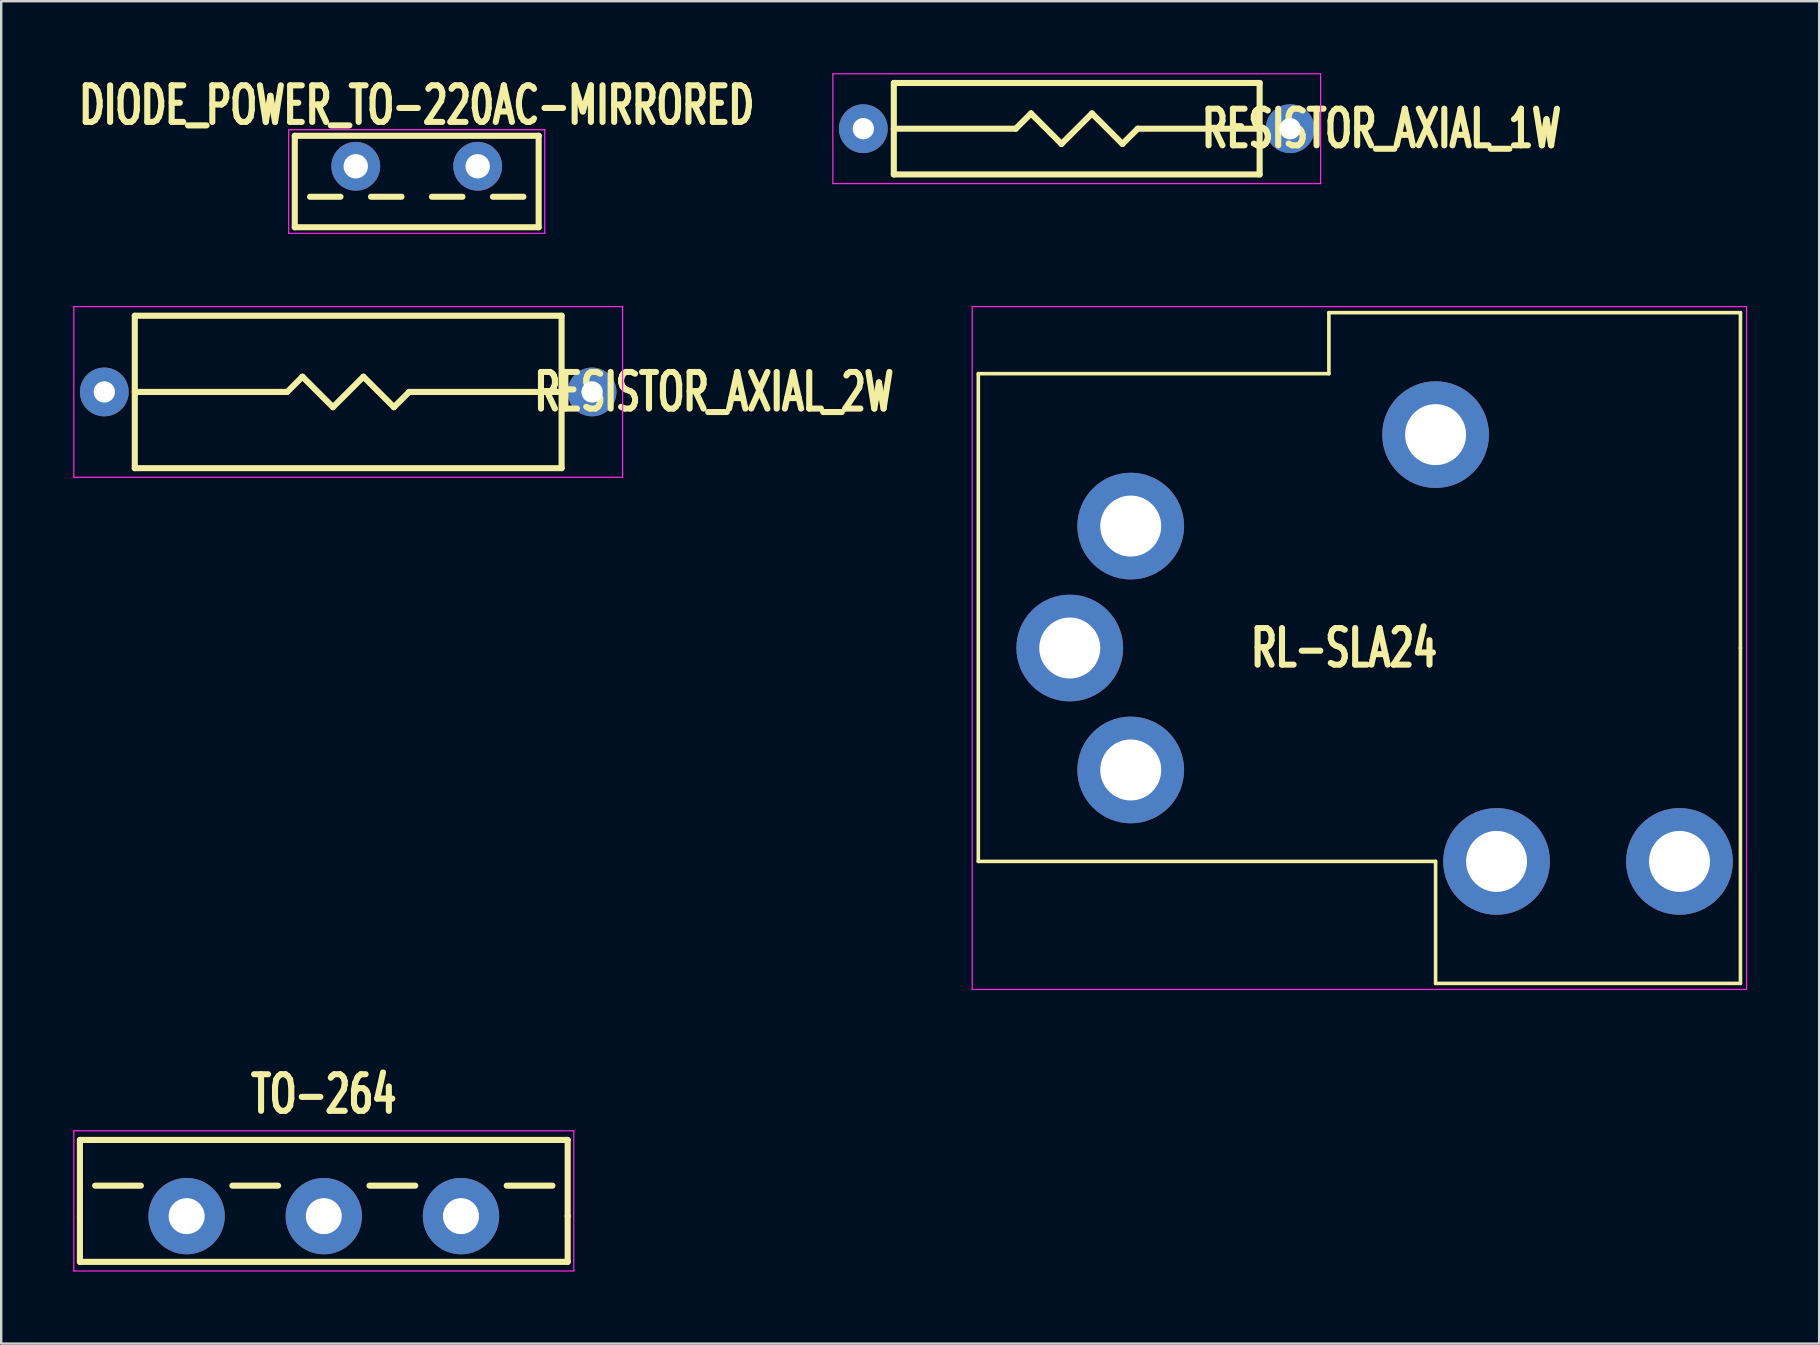
<source format=kicad_pcb>
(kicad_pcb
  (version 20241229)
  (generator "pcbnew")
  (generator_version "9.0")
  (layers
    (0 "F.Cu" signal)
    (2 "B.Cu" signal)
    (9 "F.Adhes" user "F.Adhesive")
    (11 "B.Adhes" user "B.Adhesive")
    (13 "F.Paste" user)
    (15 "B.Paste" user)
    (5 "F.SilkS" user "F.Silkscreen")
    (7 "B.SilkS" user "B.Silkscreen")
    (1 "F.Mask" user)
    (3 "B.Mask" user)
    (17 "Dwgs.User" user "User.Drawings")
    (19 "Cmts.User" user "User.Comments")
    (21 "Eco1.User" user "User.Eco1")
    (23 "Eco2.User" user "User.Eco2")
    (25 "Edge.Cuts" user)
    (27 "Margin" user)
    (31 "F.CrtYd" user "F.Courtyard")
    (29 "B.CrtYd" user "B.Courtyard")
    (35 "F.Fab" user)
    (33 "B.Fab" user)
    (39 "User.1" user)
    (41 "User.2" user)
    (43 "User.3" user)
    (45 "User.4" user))
  (footprint "TO-264"
    (layer "F.Cu")
    (at 10.439 47.613)
    (property "Reference" "TO-264" (at 0 -5.08 0) (layer "F.SilkS") (effects (font (size 1.524 1.016) (thickness 0.254))))
    (attr through_hole)
    (fp_line (start -10.16 -3.175) (end 10.16 -3.175) (stroke (width 0.254) (type solid)) (layer "F.SilkS"))
    (fp_line (start -10.16 0) (end -10.16 -3.175) (stroke (width 0.254) (type solid)) (layer "F.SilkS"))
    (fp_line (start -10.16 0) (end -10.16 1.905) (stroke (width 0.254) (type solid)) (layer "F.SilkS"))
    (fp_line (start -10.16 1.905) (end 10.16 1.905) (stroke (width 0.254) (type solid)) (layer "F.SilkS"))
    (fp_line (start -7.62 -1.27) (end -9.525 -1.27) (stroke (width 0.254) (type solid)) (layer "F.SilkS"))
    (fp_line (start -1.905 -1.27) (end -3.81 -1.27) (stroke (width 0.254) (type solid)) (layer "F.SilkS"))
    (fp_line (start 1.905 -1.27) (end 3.81 -1.27) (stroke (width 0.254) (type solid)) (layer "F.SilkS"))
    (fp_line (start 7.62 -1.27) (end 9.525 -1.27) (stroke (width 0.254) (type solid)) (layer "F.SilkS"))
    (fp_line (start 10.16 -3.175) (end 10.16 0) (stroke (width 0.254) (type solid)) (layer "F.SilkS"))
    (fp_line (start 10.16 1.905) (end 10.16 0) (stroke (width 0.254) (type solid)) (layer "F.SilkS"))
    (fp_line (start -10.414 -3.556) (end 10.414 -3.556) (stroke (width 0.051) (type solid)) (layer "F.CrtYd"))
    (fp_line (start -10.414 2.286) (end -10.414 -3.556) (stroke (width 0.051) (type solid)) (layer "F.CrtYd"))
    (fp_line (start 10.414 -3.556) (end 10.414 2.286) (stroke (width 0.051) (type solid)) (layer "F.CrtYd"))
    (fp_line (start 10.414 2.286) (end -10.414 2.286) (stroke (width 0.051) (type solid)) (layer "F.CrtYd"))
    (pad "1" thru_hole circle (at 0 0) (size 3.18 3.18) (drill 1.5) (layers "*.Cu" "*.Mask"))
    (pad "2" thru_hole circle (at -5.715 0) (size 3.18 3.18) (drill 1.5) (layers "*.Cu" "*.Mask"))
    (pad "3" thru_hole circle (at 5.715 0) (size 3.18 3.18) (drill 1.5) (layers "*.Cu" "*.Mask")))
  (footprint "DIODE_POWER_TO-220AC-MIRRORED"
    (layer "F.Cu")
    (at 14.31 3.877)
    (property "Reference" "DIODE_POWER_TO-220AC-MIRRORED" (at 0 -2.54 0) (layer "F.SilkS") (effects (font (size 1.524 1.016) (thickness 0.254))))
    (attr through_hole)
    (fp_line (start -5.08 -1.27) (end -5.08 2.54) (stroke (width 0.254) (type solid)) (layer "F.SilkS"))
    (fp_line (start -5.08 -1.27) (end 5.08 -1.27) (stroke (width 0.254) (type solid)) (layer "F.SilkS"))
    (fp_line (start -4.445 1.27) (end -3.175 1.27) (stroke (width 0.254) (type solid)) (layer "F.SilkS"))
    (fp_line (start -1.905 1.27) (end -0.635 1.27) (stroke (width 0.254) (type solid)) (layer "F.SilkS"))
    (fp_line (start 0.635 1.27) (end 1.905 1.27) (stroke (width 0.254) (type solid)) (layer "F.SilkS"))
    (fp_line (start 3.175 1.27) (end 4.445 1.27) (stroke (width 0.254) (type solid)) (layer "F.SilkS"))
    (fp_line (start 5.08 2.54) (end -5.08 2.54) (stroke (width 0.254) (type solid)) (layer "F.SilkS"))
    (fp_line (start 5.08 2.54) (end 5.08 -1.27) (stroke (width 0.254) (type solid)) (layer "F.SilkS"))
    (fp_line (start -5.334 -1.524) (end -5.334 2.794) (stroke (width 0.051) (type solid)) (layer "F.CrtYd"))
    (fp_line (start -5.334 2.794) (end 5.334 2.794) (stroke (width 0.051) (type solid)) (layer "F.CrtYd"))
    (fp_line (start 5.334 -1.524) (end -5.334 -1.524) (stroke (width 0.051) (type solid)) (layer "F.CrtYd"))
    (fp_line (start 5.334 2.794) (end 5.334 -1.524) (stroke (width 0.051) (type solid)) (layer "F.CrtYd"))
    (pad "1" thru_hole circle (at -2.54 0) (size 2.032 2.032) (drill 1.016) (layers "*.Cu" "*.Mask"))
    (pad "2" thru_hole circle (at 2.54 0) (size 2.032 2.032) (drill 1.016) (layers "*.Cu" "*.Mask")))
  (footprint "RL-SLA24"
    (layer "F.Cu")
    (at 69.455 23.946)
    (property "Reference" "RL-SLA24" (at -16.51 0 0) (layer "F.SilkS") (effects (font (size 1.524 1.016) (thickness 0.254))))
    (attr through_hole)
    (fp_line (start -31.75 8.89) (end -31.75 -11.43) (stroke (width 0.15) (type solid)) (layer "F.SilkS"))
    (fp_line (start -17.145 -11.43) (end -31.75 -11.43) (stroke (width 0.15) (type solid)) (layer "F.SilkS"))
    (fp_line (start -17.145 -11.43) (end -17.145 -13.97) (stroke (width 0.15) (type solid)) (layer "F.SilkS"))
    (fp_line (start -12.7 8.89) (end -31.75 8.89) (stroke (width 0.15) (type solid)) (layer "F.SilkS"))
    (fp_line (start -12.7 8.89) (end -12.7 13.97) (stroke (width 0.15) (type solid)) (layer "F.SilkS"))
    (fp_line (start 0 -13.97) (end -17.145 -13.97) (stroke (width 0.15) (type solid)) (layer "F.SilkS"))
    (fp_line (start 0 0) (end 0 -13.97) (stroke (width 0.15) (type solid)) (layer "F.SilkS"))
    (fp_line (start 0 0) (end 0 13.97) (stroke (width 0.15) (type solid)) (layer "F.SilkS"))
    (fp_line (start 0 13.97) (end -12.7 13.97) (stroke (width 0.15) (type solid)) (layer "F.SilkS"))
    (fp_line (start -32.004 -14.224) (end 0.254 -14.224) (stroke (width 0.051) (type solid)) (layer "F.CrtYd"))
    (fp_line (start -32.004 14.224) (end -32.004 -14.224) (stroke (width 0.051) (type solid)) (layer "F.CrtYd"))
    (fp_line (start 0.254 -14.224) (end 0.254 14.224) (stroke (width 0.051) (type solid)) (layer "F.CrtYd"))
    (fp_line (start 0.254 14.224) (end -32.004 14.224) (stroke (width 0.051) (type solid)) (layer "F.CrtYd"))
    (pad "1" thru_hole circle (at -27.94 0) (size 4.445 4.445) (drill 2.54) (layers "*.Cu" "*.Mask"))
    (pad "1" thru_hole circle (at -12.7 -8.89) (size 4.445 4.445) (drill 2.54) (layers "*.Cu" "*.Mask"))
    (pad "2" thru_hole circle (at -10.16 8.89) (size 4.445 4.445) (drill 2.54) (layers "*.Cu" "*.Mask"))
    (pad "3" thru_hole circle (at -25.4 -5.08) (size 4.445 4.445) (drill 2.54) (layers "*.Cu" "*.Mask"))
    (pad "4" thru_hole circle (at -25.4 5.08) (size 4.445 4.445) (drill 2.54) (layers "*.Cu" "*.Mask"))
    (pad "5" thru_hole circle (at -2.54 8.89) (size 4.445 4.445) (drill 2.54) (layers "*.Cu" "*.Mask")))
  (footprint "RESISTOR_AXIAL_1W"
    (layer "F.Cu")
    (at 41.805 2.311)
    (property "Reference" "RESISTOR_AXIAL_1W" (at 12.7 0 0) (layer "F.SilkS") (effects (font (size 1.524 1.016) (thickness 0.254))))
    (attr through_hole)
    (fp_line (start -7.62 -1.905) (end -7.62 1.905) (stroke (width 0.254) (type solid)) (layer "F.SilkS"))
    (fp_line (start -7.62 1.905) (end 7.62 1.905) (stroke (width 0.254) (type solid)) (layer "F.SilkS"))
    (fp_line (start -2.54 0) (end -7.62 0) (stroke (width 0.254) (type solid)) (layer "F.SilkS"))
    (fp_line (start -1.905 -0.635) (end -2.54 0) (stroke (width 0.254) (type solid)) (layer "F.SilkS"))
    (fp_line (start -0.635 0.635) (end -1.905 -0.635) (stroke (width 0.254) (type solid)) (layer "F.SilkS"))
    (fp_line (start 0.635 -0.635) (end -0.635 0.635) (stroke (width 0.254) (type solid)) (layer "F.SilkS"))
    (fp_line (start 0.635 -0.635) (end 1.905 0.635) (stroke (width 0.254) (type solid)) (layer "F.SilkS"))
    (fp_line (start 1.905 0.635) (end 2.54 0) (stroke (width 0.254) (type solid)) (layer "F.SilkS"))
    (fp_line (start 2.54 0) (end 7.62 0) (stroke (width 0.254) (type solid)) (layer "F.SilkS"))
    (fp_line (start 7.62 -1.905) (end -7.62 -1.905) (stroke (width 0.254) (type solid)) (layer "F.SilkS"))
    (fp_line (start 7.62 1.905) (end 7.62 -1.905) (stroke (width 0.254) (type solid)) (layer "F.SilkS"))
    (fp_line (start -10.16 -2.286) (end 10.16 -2.286) (stroke (width 0.051) (type solid)) (layer "F.CrtYd"))
    (fp_line (start -10.16 2.286) (end -10.16 -2.286) (stroke (width 0.051) (type solid)) (layer "F.CrtYd"))
    (fp_line (start 10.16 -2.286) (end 10.16 2.286) (stroke (width 0.051) (type solid)) (layer "F.CrtYd"))
    (fp_line (start 10.16 2.286) (end -10.16 2.286) (stroke (width 0.051) (type solid)) (layer "F.CrtYd"))
    (pad "1" thru_hole circle (at -8.89 0) (size 2.032 2.032) (drill 0.889) (layers "*.Cu" "*.Mask"))
    (pad "2" thru_hole circle (at 8.89 0) (size 2.032 2.032) (drill 0.889) (layers "*.Cu" "*.Mask")))
  (footprint "RESISTOR_AXIAL_2W"
    (layer "F.Cu")
    (at 11.455 13.278)
    (property "Reference" "RESISTOR_AXIAL_2W" (at 15.24 0 0) (layer "F.SilkS") (effects (font (size 1.524 1.016) (thickness 0.254))))
    (attr through_hole)
    (fp_line (start -8.89 -3.175) (end -8.89 3.175) (stroke (width 0.254) (type solid)) (layer "F.SilkS"))
    (fp_line (start -8.89 3.175) (end 8.89 3.175) (stroke (width 0.254) (type solid)) (layer "F.SilkS"))
    (fp_line (start -2.54 0) (end -8.89 0) (stroke (width 0.254) (type solid)) (layer "F.SilkS"))
    (fp_line (start -1.905 -0.635) (end -2.54 0) (stroke (width 0.254) (type solid)) (layer "F.SilkS"))
    (fp_line (start -0.635 0.635) (end -1.905 -0.635) (stroke (width 0.254) (type solid)) (layer "F.SilkS"))
    (fp_line (start 0.635 -0.635) (end -0.635 0.635) (stroke (width 0.254) (type solid)) (layer "F.SilkS"))
    (fp_line (start 0.635 -0.635) (end 1.905 0.635) (stroke (width 0.254) (type solid)) (layer "F.SilkS"))
    (fp_line (start 1.905 0.635) (end 2.54 0) (stroke (width 0.254) (type solid)) (layer "F.SilkS"))
    (fp_line (start 8.89 -3.175) (end -8.89 -3.175) (stroke (width 0.254) (type solid)) (layer "F.SilkS"))
    (fp_line (start 8.89 0) (end 2.54 0) (stroke (width 0.254) (type solid)) (layer "F.SilkS"))
    (fp_line (start 8.89 3.175) (end 8.89 -3.175) (stroke (width 0.254) (type solid)) (layer "F.SilkS"))
    (fp_line (start -11.43 -3.556) (end 11.43 -3.556) (stroke (width 0.051) (type solid)) (layer "F.CrtYd"))
    (fp_line (start -11.43 3.556) (end -11.43 -3.556) (stroke (width 0.051) (type solid)) (layer "F.CrtYd"))
    (fp_line (start 11.43 -3.556) (end 11.43 3.556) (stroke (width 0.051) (type solid)) (layer "F.CrtYd"))
    (fp_line (start 11.43 3.556) (end -11.43 3.556) (stroke (width 0.051) (type solid)) (layer "F.CrtYd"))
    (pad "1" thru_hole circle (at -10.16 0) (size 2.032 2.032) (drill 0.889) (layers "*.Cu" "*.Mask"))
    (pad "2" thru_hole circle (at 10.16 0) (size 2.032 2.032) (drill 0.889) (layers "*.Cu" "*.Mask")))
  (gr_rect
    (start -3 -3)
    (end 72.734 52.924)
    (stroke (width 0.1) (type default))
    (fill no)
    (layer "Edge.Cuts")))
</source>
